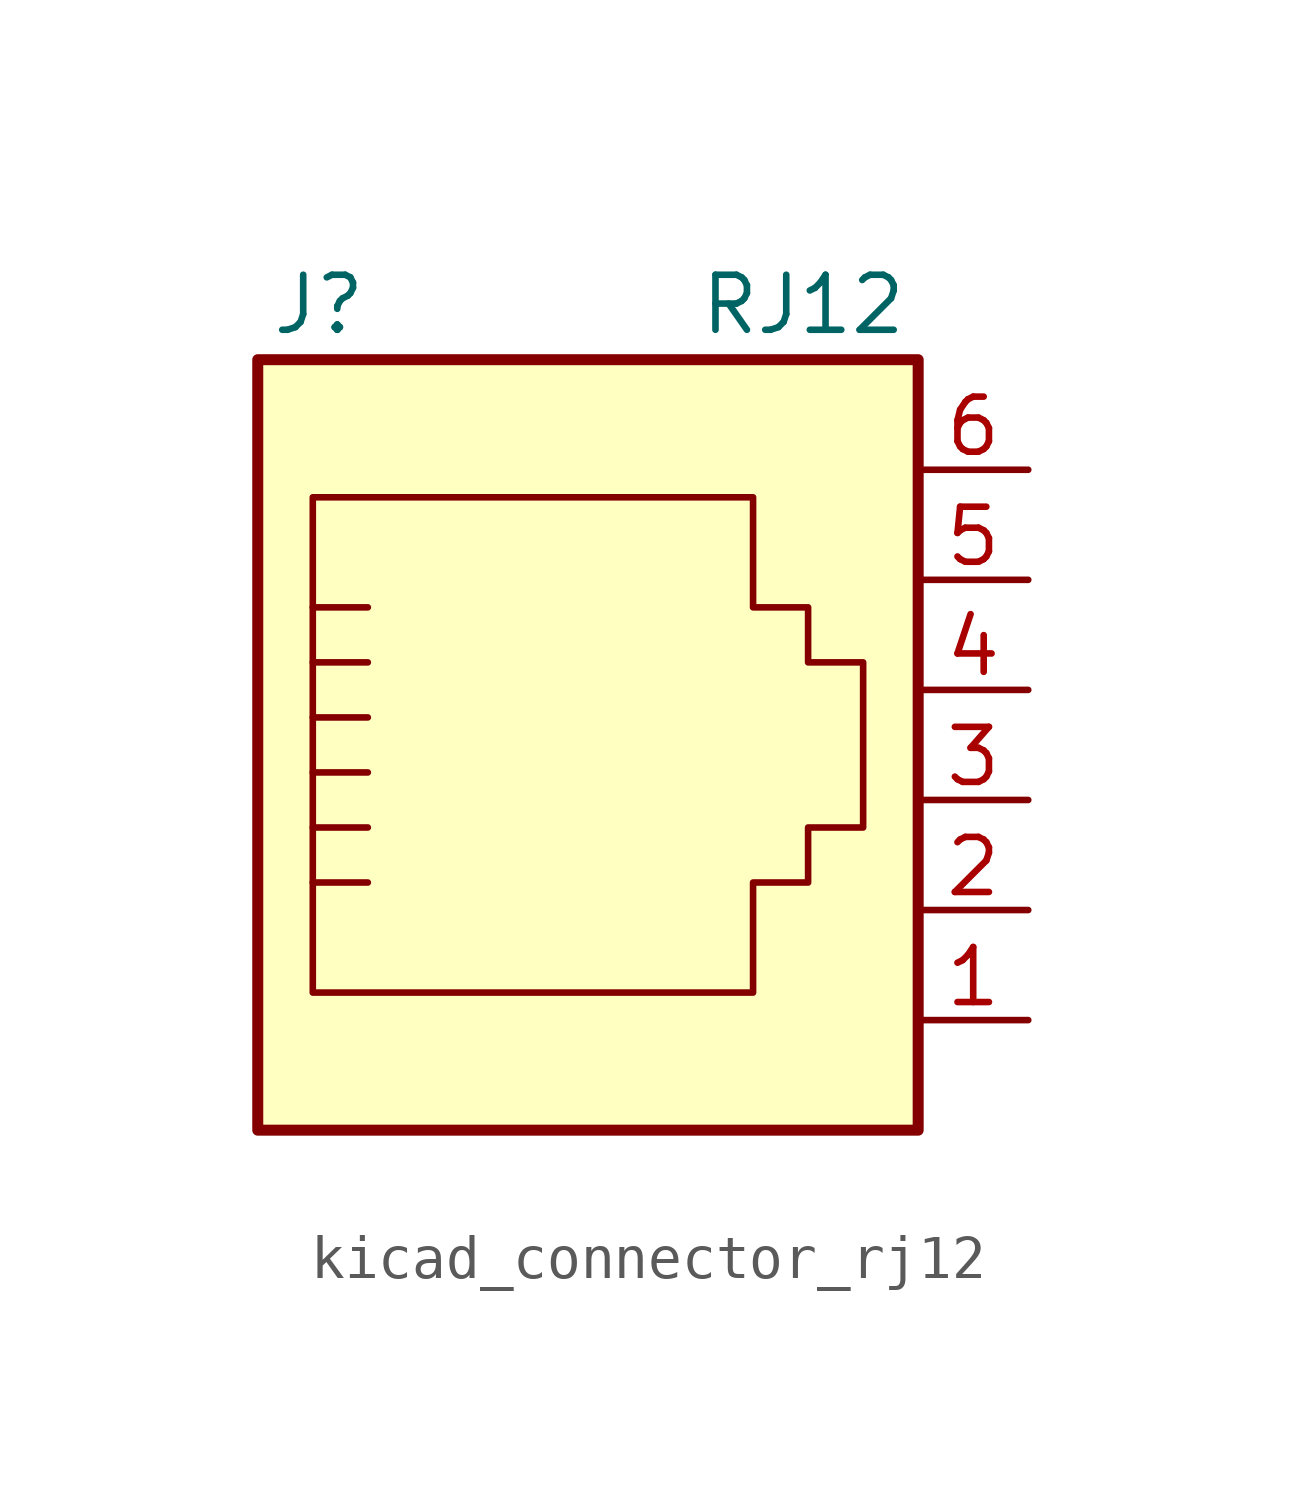
<source format=kicad_sym>
(kicad_symbol_lib
  (version 20220914)
  (generator kicad_symbol_editor)
  (symbol "kicad_connector_rj12"
    (pin_names
      (offset 1.016))
    (property "Reference" "J"
      (at -5.08 11.43 0)
      (effects (font (size 1.27 1.27)) (justify right)))
    (property "Value" "RJ12"
      (at 2.54 11.43 0)
      (effects (font (size 1.27 1.27)) (justify left)))
    (symbol "kicad_connector_rj12_0_1"
      (polyline (pts (xy -6.35 -1.905) (xy -5.08 -1.905) (xy -5.08 -1.905)) (stroke (width 0) (type default)) (fill (type none)))
      (polyline (pts (xy -6.35 -0.635) (xy -5.08 -0.635) (xy -5.08 -0.635)) (stroke (width 0) (type default)) (fill (type none)))
      (polyline (pts (xy -6.35 0.635) (xy -5.08 0.635) (xy -5.08 0.635)) (stroke (width 0) (type default)) (fill (type none)))
      (polyline (pts (xy -6.35 1.905) (xy -5.08 1.905) (xy -5.08 1.905)) (stroke (width 0) (type default)) (fill (type none)))
      (polyline (pts (xy -6.35 3.175) (xy -5.08 3.175) (xy -5.08 3.175)) (stroke (width 0) (type default)) (fill (type none)))
      (polyline (pts (xy -5.08 4.445) (xy -6.35 4.445) (xy -6.35 4.445)) (stroke (width 0) (type default)) (fill (type none)))
      (polyline (pts (xy -6.35 -4.445) (xy -6.35 6.985) (xy 3.81 6.985) (xy 3.81 4.445) (xy 5.08 4.445) (xy 5.08 3.175) (xy 6.35 3.175) (xy 6.35 -0.635) (xy 5.08 -0.635) (xy 5.08 -1.905) (xy 3.81 -1.905) (xy 3.81 -4.445) (xy -6.35 -4.445) (xy -6.35 -4.445)) (stroke (width 0) (type default)) (fill (type none)))
      (rectangle (start 7.62 10.16) (end -7.62 -7.62) (stroke (width 0.254) (type default)) (fill (type background))))
    (symbol "kicad_connector_rj12_1_1"
      (pin passive line (at 10.16 -5.08 180) (length 2.54) (name "~" (effects (font (size 1.27 1.27)))) (number "1" (effects (font (size 1.27 1.27)))))
      (pin passive line (at 10.16 -2.54 180) (length 2.54) (name "~" (effects (font (size 1.27 1.27)))) (number "2" (effects (font (size 1.27 1.27)))))
      (pin passive line (at 10.16 0 180) (length 2.54) (name "~" (effects (font (size 1.27 1.27)))) (number "3" (effects (font (size 1.27 1.27)))))
      (pin passive line (at 10.16 2.54 180) (length 2.54) (name "~" (effects (font (size 1.27 1.27)))) (number "4" (effects (font (size 1.27 1.27)))))
      (pin passive line (at 10.16 5.08 180) (length 2.54) (name "~" (effects (font (size 1.27 1.27)))) (number "5" (effects (font (size 1.27 1.27)))))
      (pin passive line (at 10.16 7.62 180) (length 2.54) (name "~" (effects (font (size 1.27 1.27)))) (number "6" (effects (font (size 1.27 1.27))))))))
</source>
